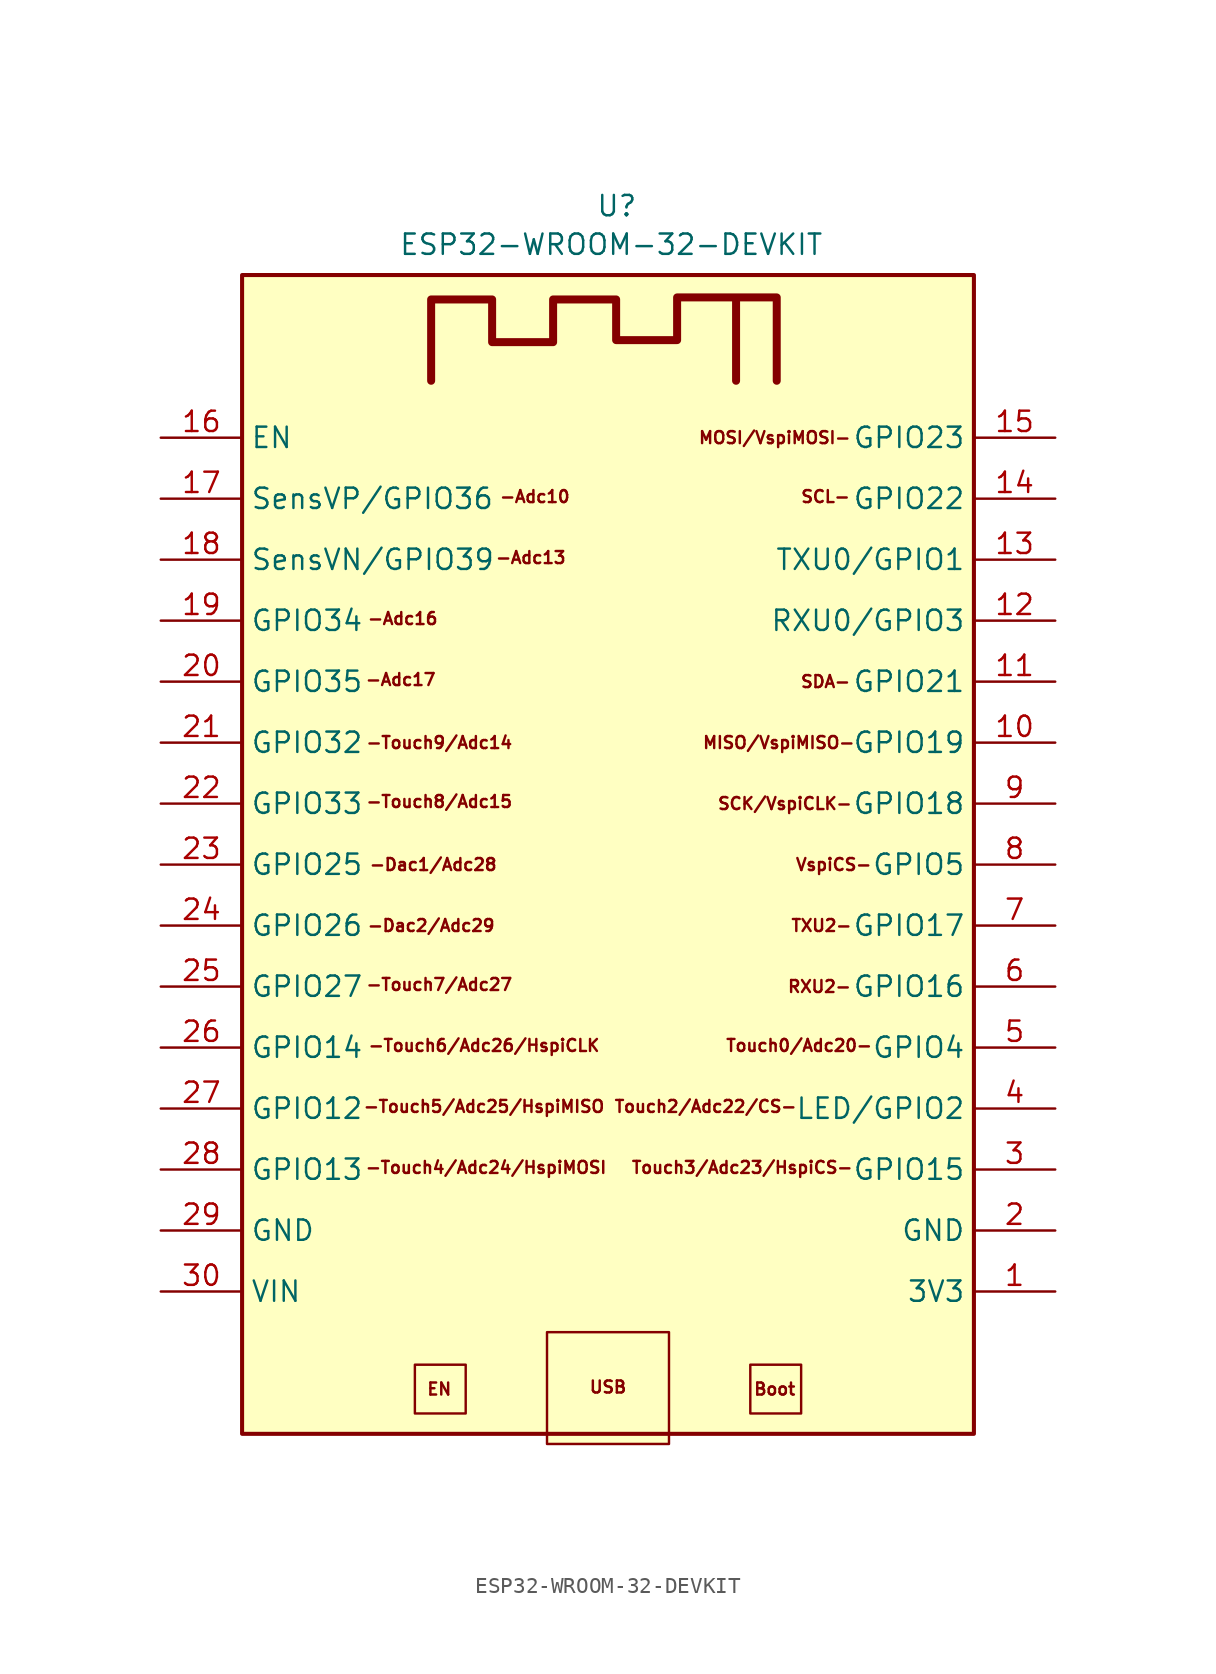
<source format=kicad_sym>
(kicad_symbol_lib
  (version 20220914)
  (generator kicad_symbol_editor)
  (symbol "ESP32-WROOM-32-DEVKIT"
    (property "Reference" "U"
      (at -0.762 41.148 0)
      (effects (font (size 1.27 1.27)) (justify left)))
    (property "Value" "ESP32-WROOM-32-DEVKIT"
      (at -13.081 38.735 0)
      (effects (font (size 1.27 1.27)) (justify left)))
    (symbol "ESP32-WROOM-32-DEVKIT_0_0"
      (text "-Adc10" (at -4.572 22.987 0) (effects (font (size 0.75 0.75))))
      (text "-Adc13" (at -4.826 19.177 0) (effects (font (size 0.75 0.75))))
      (text "-Adc16" (at -12.827 15.367 0) (effects (font (size 0.75 0.75))))
      (text "-Adc17" (at -12.954 11.557 0) (effects (font (size 0.75 0.75))))
      (text "-Dac1/Adc28" (at -10.922 0 0) (effects (font (size 0.75 0.75))))
      (text "-Dac2/Adc29" (at -11.049 -3.81 0) (effects (font (size 0.75 0.75))))
      (text "-Touch4/Adc24/HspiMOSI" (at -7.62 -18.923 0) (effects (font (size 0.75 0.75))))
      (text "-Touch5/Adc25/HspiMISO" (at -7.747 -15.113 0) (effects (font (size 0.75 0.75))))
      (text "-Touch6/Adc26/HspiCLK" (at -7.747 -11.303 0) (effects (font (size 0.75 0.75))))
      (text "-Touch7/Adc27" (at -10.541 -7.493 0) (effects (font (size 0.75 0.75))))
      (text "-Touch8/Adc15" (at -10.541 3.937 0) (effects (font (size 0.75 0.75))))
      (text "-Touch9/Adc14" (at -10.541 7.62 0) (effects (font (size 0.75 0.75))))
      (text "Boot" (at 10.414 -32.766 0) (effects (font (size 0.75 0.75))))
      (text "EN" (at -10.541 -32.766 0) (effects (font (size 0.75 0.75))))
      (text "MISO/VspiMISO-" (at 10.668 7.62 0) (effects (font (size 0.75 0.75))))
      (text "MOSI/VspiMOSI-" (at 10.414 26.67 0) (effects (font (size 0.75 0.75))))
      (text "RXU2-" (at 13.208 -7.62 0) (effects (font (size 0.75 0.75))))
      (text "SCK/VspiCLK-" (at 11.049 3.81 0) (effects (font (size 0.75 0.75))))
      (text "SCL-" (at 13.589 22.987 0) (effects (font (size 0.75 0.75))))
      (text "SDA-" (at 13.589 11.43 0) (effects (font (size 0.75 0.75))))
      (text "Touch0/Adc20-" (at 11.938 -11.303 0) (effects (font (size 0.75 0.75))))
      (text "Touch2/Adc22/CS-" (at 6.096 -15.113 0) (effects (font (size 0.75 0.75))))
      (text "Touch3/Adc23/HspiCS-" (at 8.382 -18.923 0) (effects (font (size 0.75 0.75))))
      (text "TXU2-" (at 13.335 -3.81 0) (effects (font (size 0.75 0.75))))
      (text "USB" (at 0 -32.639 0) (effects (font (size 0.75 0.75))))
      (text "VspiCS-" (at 14.097 0 0) (effects (font (size 0.75 0.75)))))
    (symbol "ESP32-WROOM-32-DEVKIT_0_1"
      (rectangle (start -22.86 36.83) (end 22.86 -35.56) (stroke (width 0.254) (type default)) (fill (type background)))
      (rectangle (start -12.065 -31.242) (end -8.89 -34.29) (stroke (width 0.152) (type default)) (fill (type background)))
      (rectangle (start -3.81 -36.195) (end 3.81 -29.21) (stroke (width 0.152) (type default)) (fill (type background)))
      (polyline (pts (xy -11.049 30.226) (xy -11.049 35.306) (xy -7.239 35.306) (xy -7.239 32.639) (xy -3.429 32.639) (xy -3.429 35.306) (xy 0.508 35.306) (xy 0.508 32.766) (xy 4.318 32.766) (xy 4.318 35.433) (xy 10.541 35.433) (xy 10.541 30.226) (xy 10.541 35.433) (xy 8.001 35.433) (xy 8.001 30.226)) (stroke (width 0.5) (type default)) (fill (type none)))
      (rectangle (start 8.89 -31.242) (end 12.065 -34.29) (stroke (width 0.152) (type default)) (fill (type background))))
    (symbol "ESP32-WROOM-32-DEVKIT_1_1"
      (pin power_out line (at 27.94 -26.67 180) (length 5.08) (name "3V3" (effects (font (size 1.27 1.27)))) (number "1" (effects (font (size 1.27 1.27)))))
      (pin bidirectional line (at 27.94 7.62 180) (length 5.08) (name "GPIO19" (effects (font (size 1.27 1.27)))) (number "10" (effects (font (size 1.27 1.27)))))
      (pin bidirectional line (at 27.94 11.43 180) (length 5.08) (name "GPIO21" (effects (font (size 1.27 1.27)))) (number "11" (effects (font (size 1.27 1.27)))))
      (pin bidirectional line (at 27.94 15.24 180) (length 5.08) (name "RXU0/GPIO3" (effects (font (size 1.27 1.27)))) (number "12" (effects (font (size 1.27 1.27)))))
      (pin bidirectional line (at 27.94 19.05 180) (length 5.08) (name "TXU0/GPIO1" (effects (font (size 1.27 1.27)))) (number "13" (effects (font (size 1.27 1.27)))))
      (pin bidirectional line (at 27.94 22.86 180) (length 5.08) (name "GPIO22" (effects (font (size 1.27 1.27)))) (number "14" (effects (font (size 1.27 1.27)))))
      (pin bidirectional line (at 27.94 26.67 180) (length 5.08) (name "GPIO23" (effects (font (size 1.27 1.27)))) (number "15" (effects (font (size 1.27 1.27)))))
      (pin input line (at -27.94 26.67 0) (length 5.08) (name "EN" (effects (font (size 1.27 1.27)))) (number "16" (effects (font (size 1.27 1.27)))))
      (pin input line (at -27.94 22.86 0) (length 5.08) (name "SensVP/GPIO36" (effects (font (size 1.27 1.27)))) (number "17" (effects (font (size 1.27 1.27)))))
      (pin input line (at -27.94 19.05 0) (length 5.08) (name "SensVN/GPIO39" (effects (font (size 1.27 1.27)))) (number "18" (effects (font (size 1.27 1.27)))))
      (pin input line (at -27.94 15.24 0) (length 5.08) (name "GPIO34" (effects (font (size 1.27 1.27)))) (number "19" (effects (font (size 1.27 1.27)))))
      (pin power_in line (at 27.94 -22.86 180) (length 5.08) (name "GND" (effects (font (size 1.27 1.27)))) (number "2" (effects (font (size 1.27 1.27)))))
      (pin input line (at -27.94 11.43 0) (length 5.08) (name "GPIO35" (effects (font (size 1.27 1.27)))) (number "20" (effects (font (size 1.27 1.27)))))
      (pin bidirectional line (at -27.94 7.62 0) (length 5.08) (name "GPIO32" (effects (font (size 1.27 1.27)))) (number "21" (effects (font (size 1.27 1.27)))))
      (pin bidirectional line (at -27.94 3.81 0) (length 5.08) (name "GPIO33" (effects (font (size 1.27 1.27)))) (number "22" (effects (font (size 1.27 1.27)))))
      (pin bidirectional line (at -27.94 0 0) (length 5.08) (name "GPIO25" (effects (font (size 1.27 1.27)))) (number "23" (effects (font (size 1.27 1.27)))))
      (pin bidirectional line (at -27.94 -3.81 0) (length 5.08) (name "GPIO26" (effects (font (size 1.27 1.27)))) (number "24" (effects (font (size 1.27 1.27)))))
      (pin bidirectional line (at -27.94 -7.62 0) (length 5.08) (name "GPIO27" (effects (font (size 1.27 1.27)))) (number "25" (effects (font (size 1.27 1.27)))))
      (pin bidirectional line (at -27.94 -11.43 0) (length 5.08) (name "GPIO14" (effects (font (size 1.27 1.27)))) (number "26" (effects (font (size 1.27 1.27)))))
      (pin bidirectional line (at -27.94 -15.24 0) (length 5.08) (name "GPIO12" (effects (font (size 1.27 1.27)))) (number "27" (effects (font (size 1.27 1.27)))))
      (pin bidirectional line (at -27.94 -19.05 0) (length 5.08) (name "GPIO13" (effects (font (size 1.27 1.27)))) (number "28" (effects (font (size 1.27 1.27)))))
      (pin power_in line (at -27.94 -22.86 0) (length 5.08) (name "GND" (effects (font (size 1.27 1.27)))) (number "29" (effects (font (size 1.27 1.27)))))
      (pin bidirectional line (at 27.94 -19.05 180) (length 5.08) (name "GPIO15" (effects (font (size 1.27 1.27)))) (number "3" (effects (font (size 1.27 1.27)))))
      (pin power_in line (at -27.94 -26.67 0) (length 5.08) (name "VIN" (effects (font (size 1.27 1.27)))) (number "30" (effects (font (size 1.27 1.27)))))
      (pin bidirectional line (at 27.94 -15.24 180) (length 5.08) (name "LED/GPIO2" (effects (font (size 1.27 1.27)))) (number "4" (effects (font (size 1.27 1.27)))))
      (pin bidirectional line (at 27.94 -11.43 180) (length 5.08) (name "GPIO4" (effects (font (size 1.27 1.27)))) (number "5" (effects (font (size 1.27 1.27)))))
      (pin bidirectional line (at 27.94 -7.62 180) (length 5.08) (name "GPIO16" (effects (font (size 1.27 1.27)))) (number "6" (effects (font (size 1.27 1.27)))))
      (pin bidirectional line (at 27.94 -3.81 180) (length 5.08) (name "GPIO17" (effects (font (size 1.27 1.27)))) (number "7" (effects (font (size 1.27 1.27)))))
      (pin bidirectional line (at 27.94 0 180) (length 5.08) (name "GPIO5" (effects (font (size 1.27 1.27)))) (number "8" (effects (font (size 1.27 1.27)))))
      (pin bidirectional line (at 27.94 3.81 180) (length 5.08) (name "GPIO18" (effects (font (size 1.27 1.27)))) (number "9" (effects (font (size 1.27 1.27))))))))
</source>
